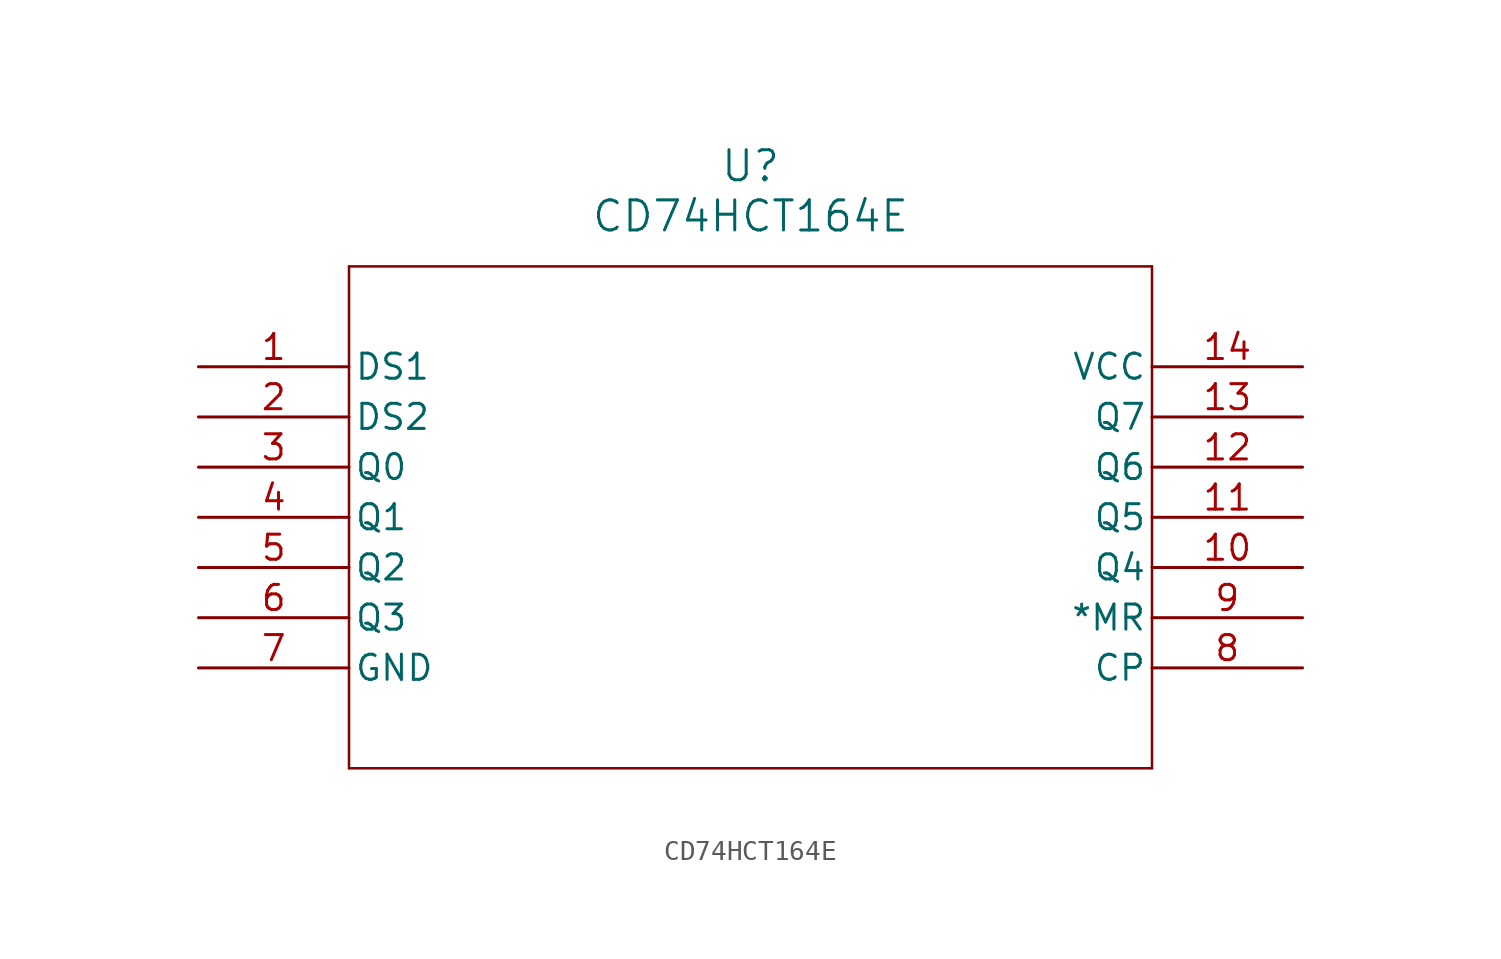
<source format=kicad_sym>
(kicad_symbol_lib
  (version 20211014)
  (generator kicad_symbol_editor)
  (symbol "CD74HCT164E"
    (pin_names
      (offset 0.254))
    (property "Reference" "U"
      (at 27.94 10.16 0)
      (effects (font (size 1.524 1.524))))
    (property "Value" "CD74HCT164E"
      (at 27.94 7.62 0)
      (effects (font (size 1.524 1.524))))
    (symbol "CD74HCT164E_0_1"
      (polyline (pts (xy 7.62 5.08) (xy 7.62 -20.32)) (stroke (width 0.127) (type default) (color 0 0 0 0)) (fill (type none)))
      (polyline (pts (xy 7.62 -20.32) (xy 48.26 -20.32)) (stroke (width 0.127) (type default) (color 0 0 0 0)) (fill (type none)))
      (polyline (pts (xy 48.26 -20.32) (xy 48.26 5.08)) (stroke (width 0.127) (type default) (color 0 0 0 0)) (fill (type none)))
      (polyline (pts (xy 48.26 5.08) (xy 7.62 5.08)) (stroke (width 0.127) (type default) (color 0 0 0 0)) (fill (type none)))
      (pin input line (at 0 0 0) (length 7.62) (name "DS1" (effects (font (size 1.27 1.27)))) (number "1" (effects (font (size 1.27 1.27)))))
      (pin input line (at 0 -2.54 0) (length 7.62) (name "DS2" (effects (font (size 1.27 1.27)))) (number "2" (effects (font (size 1.27 1.27)))))
      (pin output line (at 0 -5.08 0) (length 7.62) (name "Q0" (effects (font (size 1.27 1.27)))) (number "3" (effects (font (size 1.27 1.27)))))
      (pin output line (at 0 -7.62 0) (length 7.62) (name "Q1" (effects (font (size 1.27 1.27)))) (number "4" (effects (font (size 1.27 1.27)))))
      (pin output line (at 0 -10.16 0) (length 7.62) (name "Q2" (effects (font (size 1.27 1.27)))) (number "5" (effects (font (size 1.27 1.27)))))
      (pin output line (at 0 -12.7 0) (length 7.62) (name "Q3" (effects (font (size 1.27 1.27)))) (number "6" (effects (font (size 1.27 1.27)))))
      (pin power_in line (at 0 -15.24 0) (length 7.62) (name "GND" (effects (font (size 1.27 1.27)))) (number "7" (effects (font (size 1.27 1.27)))))
      (pin input line (at 55.88 -15.24 180) (length 7.62) (name "CP" (effects (font (size 1.27 1.27)))) (number "8" (effects (font (size 1.27 1.27)))))
      (pin input line (at 55.88 -12.7 180) (length 7.62) (name "*MR" (effects (font (size 1.27 1.27)))) (number "9" (effects (font (size 1.27 1.27)))))
      (pin output line (at 55.88 -10.16 180) (length 7.62) (name "Q4" (effects (font (size 1.27 1.27)))) (number "10" (effects (font (size 1.27 1.27)))))
      (pin output line (at 55.88 -7.62 180) (length 7.62) (name "Q5" (effects (font (size 1.27 1.27)))) (number "11" (effects (font (size 1.27 1.27)))))
      (pin output line (at 55.88 -5.08 180) (length 7.62) (name "Q6" (effects (font (size 1.27 1.27)))) (number "12" (effects (font (size 1.27 1.27)))))
      (pin output line (at 55.88 -2.54 180) (length 7.62) (name "Q7" (effects (font (size 1.27 1.27)))) (number "13" (effects (font (size 1.27 1.27)))))
      (pin power_in line (at 55.88 0 180) (length 7.62) (name "VCC" (effects (font (size 1.27 1.27)))) (number "14" (effects (font (size 1.27 1.27))))))))
</source>
